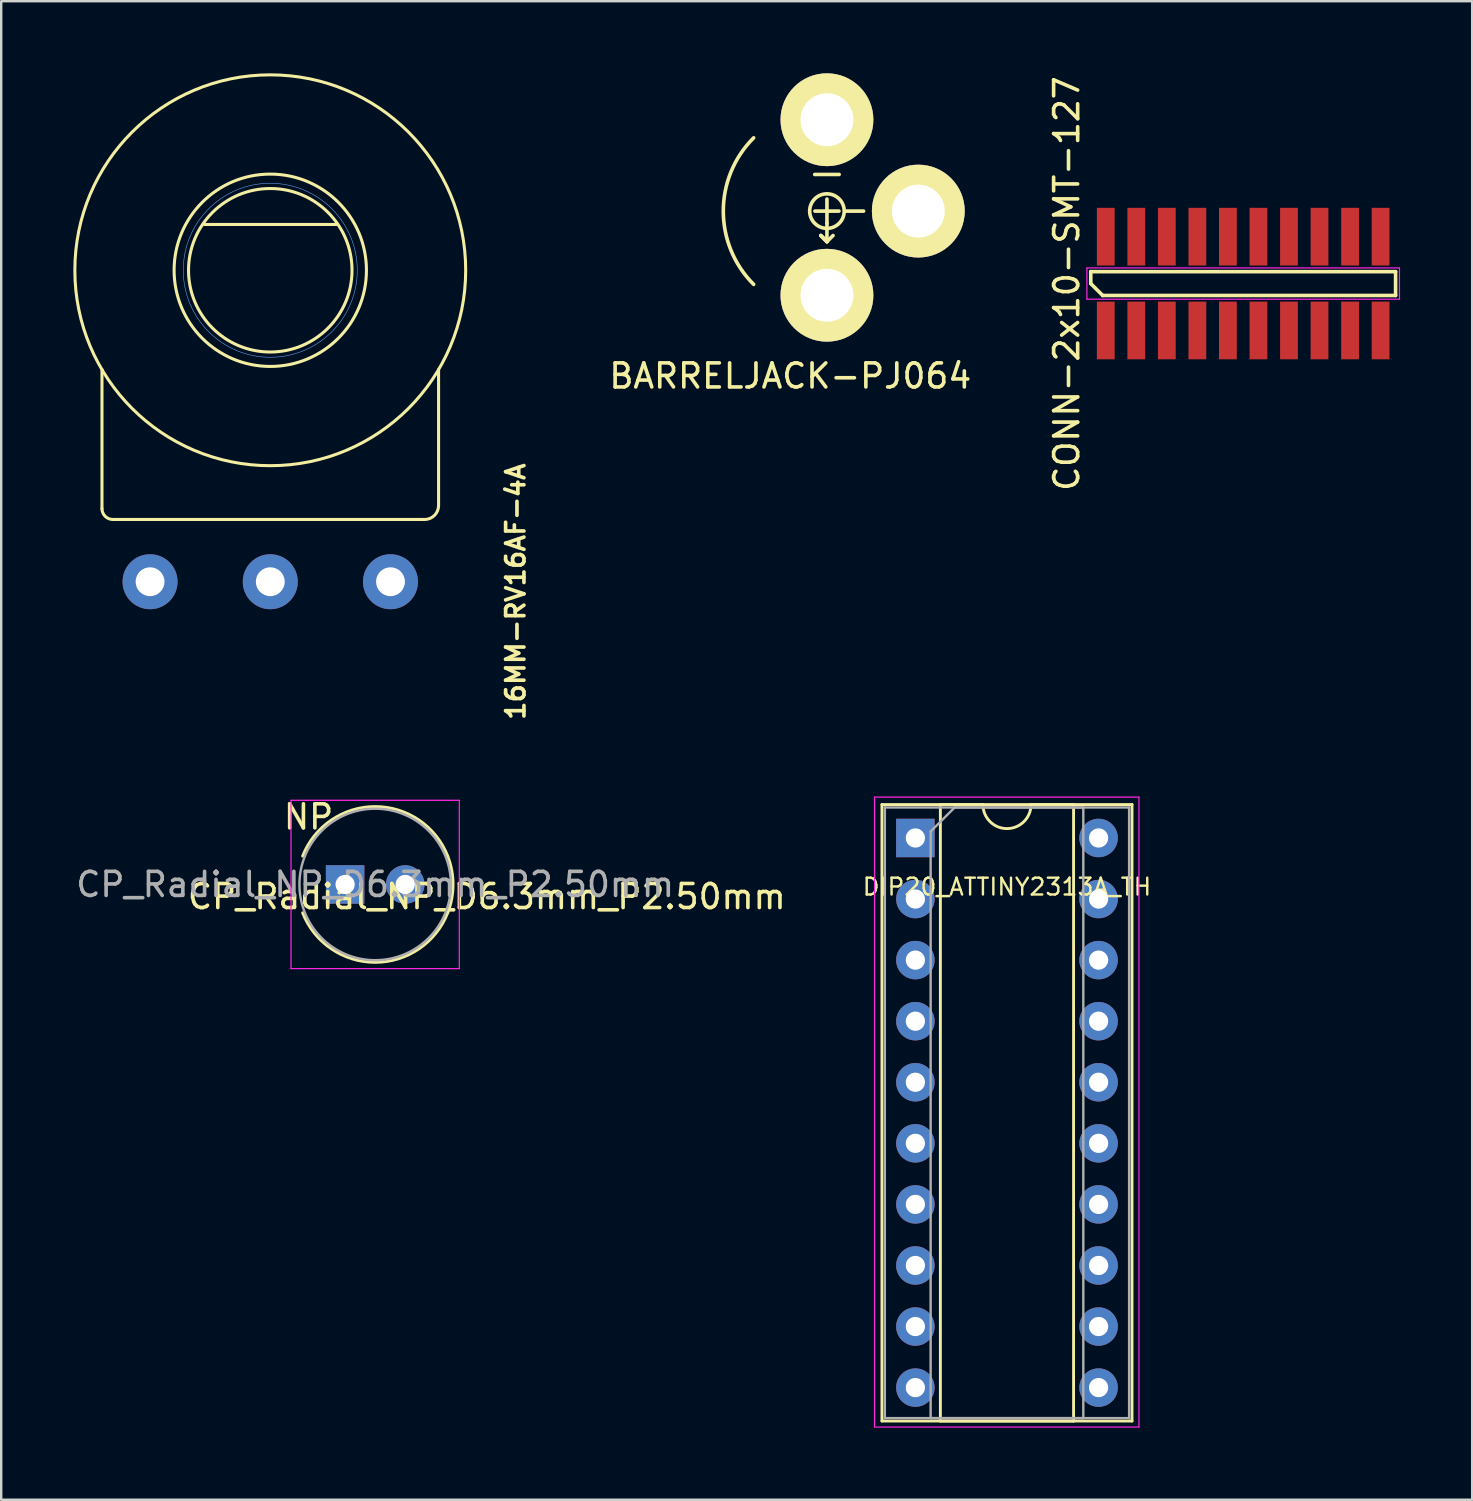
<source format=kicad_pcb>
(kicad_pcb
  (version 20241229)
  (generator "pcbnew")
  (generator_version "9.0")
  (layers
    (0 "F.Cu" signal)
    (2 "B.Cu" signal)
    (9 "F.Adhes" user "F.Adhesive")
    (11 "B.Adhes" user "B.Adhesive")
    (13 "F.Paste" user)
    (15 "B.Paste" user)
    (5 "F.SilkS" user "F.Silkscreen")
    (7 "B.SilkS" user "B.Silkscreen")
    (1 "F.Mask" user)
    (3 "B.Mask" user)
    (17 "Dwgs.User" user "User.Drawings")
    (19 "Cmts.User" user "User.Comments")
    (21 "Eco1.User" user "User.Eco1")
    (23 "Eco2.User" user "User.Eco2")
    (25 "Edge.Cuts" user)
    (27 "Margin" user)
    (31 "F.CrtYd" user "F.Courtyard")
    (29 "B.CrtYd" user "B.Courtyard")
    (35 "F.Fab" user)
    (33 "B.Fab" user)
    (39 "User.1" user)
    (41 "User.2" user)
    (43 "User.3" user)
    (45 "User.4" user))
  (footprint "16MM-RV16AF-4A"
    (layer "F.Cu")
    (at 8.191 8.191)
    (property "Reference" "16MM-RV16AF-4A" (at 9.76 7.95 270) (layer "F.SilkS") (effects (font (size 0.762 0.762) (thickness 0.152)) (justify right top)))
    (attr through_hole)
    (fp_line (start -7 4.127) (end -7 9.912) (stroke (width 0.127) (type solid)) (layer "F.SilkS"))
    (fp_line (start -6.547 10.365) (end 6.42 10.365) (stroke (width 0.127) (type solid)) (layer "F.SilkS"))
    (fp_line (start -2.738 -1.905) (end 2.738 -1.905) (stroke (width 0.127) (type solid)) (layer "F.SilkS"))
    (fp_line (start 7 9.785) (end 7 4.127) (stroke (width 0.127) (type solid)) (layer "F.SilkS"))
    (fp_arc (start -6.546894 10.365) (mid -6.867288 10.232288) (end -7 9.911894) (stroke (width 0.127) (type solid)) (layer "F.SilkS"))
    (fp_arc (start 7 9.784894) (mid 6.830091 10.195091) (end 6.419894 10.365) (stroke (width 0.127) (type solid)) (layer "F.SilkS"))
    (fp_circle (center 0 0) (end 3.4 0) (stroke (width 0.127) (type solid)) (fill no) (layer "F.SilkS"))
    (fp_circle (center 0 0) (end 4 0) (stroke (width 0.127) (type solid)) (fill no) (layer "F.SilkS"))
    (fp_circle (center 0 0) (end 8.128 0) (stroke (width 0.127) (type solid)) (fill no) (layer "F.SilkS"))
    (fp_circle (center 0 0) (end 3.619 0) (stroke (width 0.025) (type solid)) (fill no) (layer "Cmts.User"))
    (pad "1" thru_hole circle (at -5 12.954 90) (size 2.286 2.286) (drill 1.2) (layers "*.Cu" "*.Mask"))
    (pad "2" thru_hole circle (at 0 12.954 90) (size 2.286 2.286) (drill 1.2) (layers "*.Cu" "*.Mask"))
    (pad "3" thru_hole circle (at 5 12.954 90) (size 2.286 2.286) (drill 1.2) (layers "*.Cu" "*.Mask")))
  (footprint "CP_Radial_NP_D6.3mm_P2.50mm"
    (layer "F.Cu")
    (at 11.304 33.736)
    (property "Reference" "CP_Radial_NP_D6.3mm_P2.50mm" (at 5.895 0.505 0) (layer "F.SilkS") (effects (font (size 1 1) (thickness 0.15))))
    (attr through_hole)
    (fp_arc (start -1.767482 -1.18) (mid 1.250464 -3.24) (end 4.26782 -1.179135) (stroke (width 0.12) (type solid)) (layer "F.SilkS"))
    (fp_arc (start 4.267482 -1.18) (mid 4.49 -0.000464) (end 4.26782 1.179135) (stroke (width 0.12) (type solid)) (layer "F.SilkS"))
    (fp_arc (start 4.26782 1.179135) (mid 1.250464 3.239999) (end -1.767482 1.18) (stroke (width 0.12) (type solid)) (layer "F.SilkS"))
    (fp_line (start -2.25 -3.5) (end -2.25 3.5) (stroke (width 0.05) (type solid)) (layer "F.CrtYd"))
    (fp_line (start -2.25 3.5) (end 4.75 3.5) (stroke (width 0.05) (type solid)) (layer "F.CrtYd"))
    (fp_line (start 4.75 -3.5) (end -2.25 -3.5) (stroke (width 0.05) (type solid)) (layer "F.CrtYd"))
    (fp_line (start 4.75 3.5) (end 4.75 -3.5) (stroke (width 0.05) (type solid)) (layer "F.CrtYd"))
    (fp_circle (center 1.25 0) (end 4.4 0) (stroke (width 0.1) (type solid)) (fill no) (layer "F.Fab"))
    (fp_text user "NP" (at -1.52 -2.81 0) (layer "F.SilkS") (effects (font (size 1 1) (thickness 0.15))))
    (fp_text user "${REFERENCE}" (at 1.25 0 0) (layer "F.Fab") (effects (font (size 1 1) (thickness 0.15))))
    (pad "1" thru_hole rect (at 0 0) (size 1.6 1.6) (drill 0.8) (layers "*.Cu" "*.Mask"))
    (pad "2" thru_hole circle (at 2.5 0) (size 1.6 1.6) (drill 0.8) (layers "*.Cu" "*.Mask")))
  (footprint "CONN-2x10-SMT-127"
    (layer "F.Cu")
    (at 48.656 8.744)
    (property "Reference" "CONN-2x10-SMT-127" (at -7.339 0 90) (layer "F.SilkS") (effects (font (size 1 1) (thickness 0.15))))
    (attr smd)
    (fp_line (start -6.339 -0.496) (end 6.339 -0.496) (stroke (width 0.15) (type solid)) (layer "F.SilkS"))
    (fp_line (start -6.339 0) (end -6.339 -0.496) (stroke (width 0.15) (type solid)) (layer "F.SilkS"))
    (fp_line (start -5.843 0.496) (end -6.339 0) (stroke (width 0.15) (type solid)) (layer "F.SilkS"))
    (fp_line (start 6.339 -0.496) (end 6.339 0.496) (stroke (width 0.15) (type solid)) (layer "F.SilkS"))
    (fp_line (start 6.339 0.496) (end -5.843 0.496) (stroke (width 0.15) (type solid)) (layer "F.SilkS"))
    (fp_line (start -6.5 -0.65) (end 6.5 -0.65) (stroke (width 0.05) (type solid)) (layer "F.CrtYd"))
    (fp_line (start -6.5 0.65) (end -6.5 -0.65) (stroke (width 0.05) (type solid)) (layer "F.CrtYd"))
    (fp_line (start 6.5 -0.65) (end 6.5 0.65) (stroke (width 0.05) (type solid)) (layer "F.CrtYd"))
    (fp_line (start 6.5 0.65) (end -6.5 0.65) (stroke (width 0.05) (type solid)) (layer "F.CrtYd"))
    (pad "1" smd rect (at -5.715 1.95) (size 0.74 2.4) (layers "F.Cu" "F.Mask" "F.Paste"))
    (pad "2" smd rect (at -5.715 -1.95) (size 0.74 2.4) (layers "F.Cu" "F.Mask" "F.Paste"))
    (pad "3" smd rect (at -4.445 1.95) (size 0.74 2.4) (layers "F.Cu" "F.Mask" "F.Paste"))
    (pad "4" smd rect (at -4.445 -1.95) (size 0.74 2.4) (layers "F.Cu" "F.Mask" "F.Paste"))
    (pad "5" smd rect (at -3.175 1.95) (size 0.74 2.4) (layers "F.Cu" "F.Mask" "F.Paste"))
    (pad "6" smd rect (at -3.175 -1.95) (size 0.74 2.4) (layers "F.Cu" "F.Mask" "F.Paste"))
    (pad "7" smd rect (at -1.905 1.95) (size 0.74 2.4) (layers "F.Cu" "F.Mask" "F.Paste"))
    (pad "8" smd rect (at -1.905 -1.95) (size 0.74 2.4) (layers "F.Cu" "F.Mask" "F.Paste"))
    (pad "9" smd rect (at -0.635 1.95) (size 0.74 2.4) (layers "F.Cu" "F.Mask" "F.Paste"))
    (pad "10" smd rect (at -0.635 -1.95) (size 0.74 2.4) (layers "F.Cu" "F.Mask" "F.Paste"))
    (pad "11" smd rect (at 0.635 1.95) (size 0.74 2.4) (layers "F.Cu" "F.Mask" "F.Paste"))
    (pad "12" smd rect (at 0.635 -1.95) (size 0.74 2.4) (layers "F.Cu" "F.Mask" "F.Paste"))
    (pad "13" smd rect (at 1.905 1.95) (size 0.74 2.4) (layers "F.Cu" "F.Mask" "F.Paste"))
    (pad "14" smd rect (at 1.905 -1.95) (size 0.74 2.4) (layers "F.Cu" "F.Mask" "F.Paste"))
    (pad "15" smd rect (at 3.175 1.95) (size 0.74 2.4) (layers "F.Cu" "F.Mask" "F.Paste"))
    (pad "16" smd rect (at 3.175 -1.95) (size 0.74 2.4) (layers "F.Cu" "F.Mask" "F.Paste"))
    (pad "17" smd rect (at 4.445 1.95) (size 0.74 2.4) (layers "F.Cu" "F.Mask" "F.Paste"))
    (pad "18" smd rect (at 4.445 -1.95) (size 0.74 2.4) (layers "F.Cu" "F.Mask" "F.Paste"))
    (pad "19" smd rect (at 5.715 1.95) (size 0.74 2.4) (layers "F.Cu" "F.Mask" "F.Paste"))
    (pad "20" smd rect (at 5.715 -1.95) (size 0.74 2.4) (layers "F.Cu" "F.Mask" "F.Paste")))
  (footprint "DIP20_ATTINY2313A_TH"
    (layer "F.Cu")
    (at 35.022 31.803)
    (property "Reference" "DIP20_ATTINY2313A_TH" (at 3.81 2.032 0) (layer "F.SilkS") (effects (font (size 0.7 0.7) (thickness 0.1))))
    (attr through_hole)
    (fp_line (start -1.39 -1.39) (end -1.39 24.25) (stroke (width 0.12) (type solid)) (layer "F.SilkS"))
    (fp_line (start -1.39 24.25) (end 9.01 24.25) (stroke (width 0.12) (type solid)) (layer "F.SilkS"))
    (fp_line (start 1.04 -1.39) (end 1.04 24.25) (stroke (width 0.12) (type solid)) (layer "F.SilkS"))
    (fp_line (start 1.04 24.25) (end 6.58 24.25) (stroke (width 0.12) (type solid)) (layer "F.SilkS"))
    (fp_line (start 2.81 -1.39) (end 1.04 -1.39) (stroke (width 0.12) (type solid)) (layer "F.SilkS"))
    (fp_line (start 6.58 -1.39) (end 4.81 -1.39) (stroke (width 0.12) (type solid)) (layer "F.SilkS"))
    (fp_line (start 6.58 24.25) (end 6.58 -1.39) (stroke (width 0.12) (type solid)) (layer "F.SilkS"))
    (fp_line (start 9.01 -1.39) (end -1.39 -1.39) (stroke (width 0.12) (type solid)) (layer "F.SilkS"))
    (fp_line (start 9.01 24.25) (end 9.01 -1.39) (stroke (width 0.12) (type solid)) (layer "F.SilkS"))
    (fp_arc (start 4.81 -1.39) (mid 3.81 -0.39) (end 2.81 -1.39) (stroke (width 0.12) (type solid)) (layer "F.SilkS"))
    (fp_line (start -1.7 -1.7) (end -1.7 24.5) (stroke (width 0.05) (type solid)) (layer "F.CrtYd"))
    (fp_line (start -1.7 24.5) (end 9.3 24.5) (stroke (width 0.05) (type solid)) (layer "F.CrtYd"))
    (fp_line (start 9.3 -1.7) (end -1.7 -1.7) (stroke (width 0.05) (type solid)) (layer "F.CrtYd"))
    (fp_line (start 9.3 24.5) (end 9.3 -1.7) (stroke (width 0.05) (type solid)) (layer "F.CrtYd"))
    (fp_line (start -1.27 -1.27) (end -1.27 24.13) (stroke (width 0.1) (type solid)) (layer "F.Fab"))
    (fp_line (start -1.27 24.13) (end 8.89 24.13) (stroke (width 0.1) (type solid)) (layer "F.Fab"))
    (fp_line (start 0.635 -0.27) (end 1.635 -1.27) (stroke (width 0.1) (type solid)) (layer "F.Fab"))
    (fp_line (start 0.635 24.13) (end 0.635 -0.27) (stroke (width 0.1) (type solid)) (layer "F.Fab"))
    (fp_line (start 1.635 -1.27) (end 6.985 -1.27) (stroke (width 0.1) (type solid)) (layer "F.Fab"))
    (fp_line (start 6.985 -1.27) (end 6.985 24.13) (stroke (width 0.1) (type solid)) (layer "F.Fab"))
    (fp_line (start 6.985 24.13) (end 0.635 24.13) (stroke (width 0.1) (type solid)) (layer "F.Fab"))
    (fp_line (start 8.89 -1.27) (end -1.27 -1.27) (stroke (width 0.1) (type solid)) (layer "F.Fab"))
    (fp_line (start 8.89 24.13) (end 8.89 -1.27) (stroke (width 0.1) (type solid)) (layer "F.Fab"))
    (pad "1" thru_hole rect (at 0 0) (size 1.6 1.6) (drill 0.8) (layers "*.Cu" "*.Mask"))
    (pad "2" thru_hole oval (at 0 2.54) (size 1.6 1.6) (drill 0.8) (layers "*.Cu" "*.Mask"))
    (pad "3" thru_hole oval (at 0 5.08) (size 1.6 1.6) (drill 0.8) (layers "*.Cu" "*.Mask"))
    (pad "4" thru_hole oval (at 0 7.62) (size 1.6 1.6) (drill 0.8) (layers "*.Cu" "*.Mask"))
    (pad "5" thru_hole oval (at 0 10.16) (size 1.6 1.6) (drill 0.8) (layers "*.Cu" "*.Mask"))
    (pad "6" thru_hole oval (at 0 12.7) (size 1.6 1.6) (drill 0.8) (layers "*.Cu" "*.Mask"))
    (pad "7" thru_hole oval (at 0 15.24) (size 1.6 1.6) (drill 0.8) (layers "*.Cu" "*.Mask"))
    (pad "8" thru_hole oval (at 0 17.78) (size 1.6 1.6) (drill 0.8) (layers "*.Cu" "*.Mask"))
    (pad "9" thru_hole oval (at 0 20.32) (size 1.6 1.6) (drill 0.8) (layers "*.Cu" "*.Mask"))
    (pad "10" thru_hole oval (at 0 22.86) (size 1.6 1.6) (drill 0.8) (layers "*.Cu" "*.Mask"))
    (pad "11" thru_hole oval (at 7.62 22.86) (size 1.6 1.6) (drill 0.8) (layers "*.Cu" "*.Mask"))
    (pad "12" thru_hole oval (at 7.62 20.32) (size 1.6 1.6) (drill 0.8) (layers "*.Cu" "*.Mask"))
    (pad "13" thru_hole oval (at 7.62 17.78) (size 1.6 1.6) (drill 0.8) (layers "*.Cu" "*.Mask"))
    (pad "14" thru_hole oval (at 7.62 15.24) (size 1.6 1.6) (drill 0.8) (layers "*.Cu" "*.Mask"))
    (pad "15" thru_hole oval (at 7.62 12.7) (size 1.6 1.6) (drill 0.8) (layers "*.Cu" "*.Mask"))
    (pad "16" thru_hole oval (at 7.62 10.16) (size 1.6 1.6) (drill 0.8) (layers "*.Cu" "*.Mask"))
    (pad "17" thru_hole oval (at 7.62 7.62) (size 1.6 1.6) (drill 0.8) (layers "*.Cu" "*.Mask"))
    (pad "18" thru_hole oval (at 7.62 5.08) (size 1.6 1.6) (drill 0.8) (layers "*.Cu" "*.Mask"))
    (pad "19" thru_hole oval (at 7.62 2.54) (size 1.6 1.6) (drill 0.8) (layers "*.Cu" "*.Mask"))
    (pad "20" thru_hole oval (at 7.62 0) (size 1.6 1.6) (drill 0.8) (layers "*.Cu" "*.Mask")))
  (footprint "BARRELJACK-PJ064"
    (layer "F.Cu")
    (at 31.344 5.73)
    (property "Reference" "BARRELJACK-PJ064" (at -1.524 6.858 0) (layer "F.SilkS") (effects (font (size 1 1) (thickness 0.15))))
    (attr through_hole)
    (fp_line (start -0.508 -1.524) (end 0.508 -1.524) (stroke (width 0.15) (type solid)) (layer "F.SilkS"))
    (fp_line (start -0.254 1.016) (end 0 1.27) (stroke (width 0.15) (type solid)) (layer "F.SilkS"))
    (fp_line (start 0 0.5) (end 0 -0.5) (stroke (width 0.15) (type solid)) (layer "F.SilkS"))
    (fp_line (start 0 0.508) (end 0 1.27) (stroke (width 0.15) (type solid)) (layer "F.SilkS"))
    (fp_line (start 0 1.27) (end -0.254 1.016) (stroke (width 0.15) (type solid)) (layer "F.SilkS"))
    (fp_line (start 0 1.27) (end -0.254 1.016) (stroke (width 0.15) (type solid)) (layer "F.SilkS"))
    (fp_line (start 0 1.27) (end 0.254 1.016) (stroke (width 0.15) (type solid)) (layer "F.SilkS"))
    (fp_line (start 0.5 0) (end -0.5 0) (stroke (width 0.15) (type solid)) (layer "F.SilkS"))
    (fp_line (start 0.762 0) (end 1.524 0) (stroke (width 0.15) (type solid)) (layer "F.SilkS"))
    (fp_arc (start -3.048 3.048) (mid -4.310523 0) (end -3.048 -3.048) (stroke (width 0.15) (type solid)) (layer "F.SilkS"))
    (fp_circle (center 0 0) (end -0.508 -0.508) (stroke (width 0.15) (type solid)) (fill no) (layer "F.SilkS"))
    (pad "1" thru_hole circle (at 0 3.5) (size 3.861 3.861) (drill 2.2) (layers "*.Cu" "*.Mask" "F.SilkS"))
    (pad "2" thru_hole circle (at 3.8 0) (size 3.861 3.861) (drill 2.2) (layers "*.Cu" "*.Mask" "F.SilkS"))
    (pad "3" thru_hole circle (at 0 -3.8) (size 3.861 3.861) (drill 2.2) (layers "*.Cu" "*.Mask" "F.SilkS")))
  (gr_rect
    (start -3 -3)
    (end 58.181 59.328)
    (stroke (width 0.1) (type default))
    (fill no)
    (layer "Edge.Cuts")))
</source>
